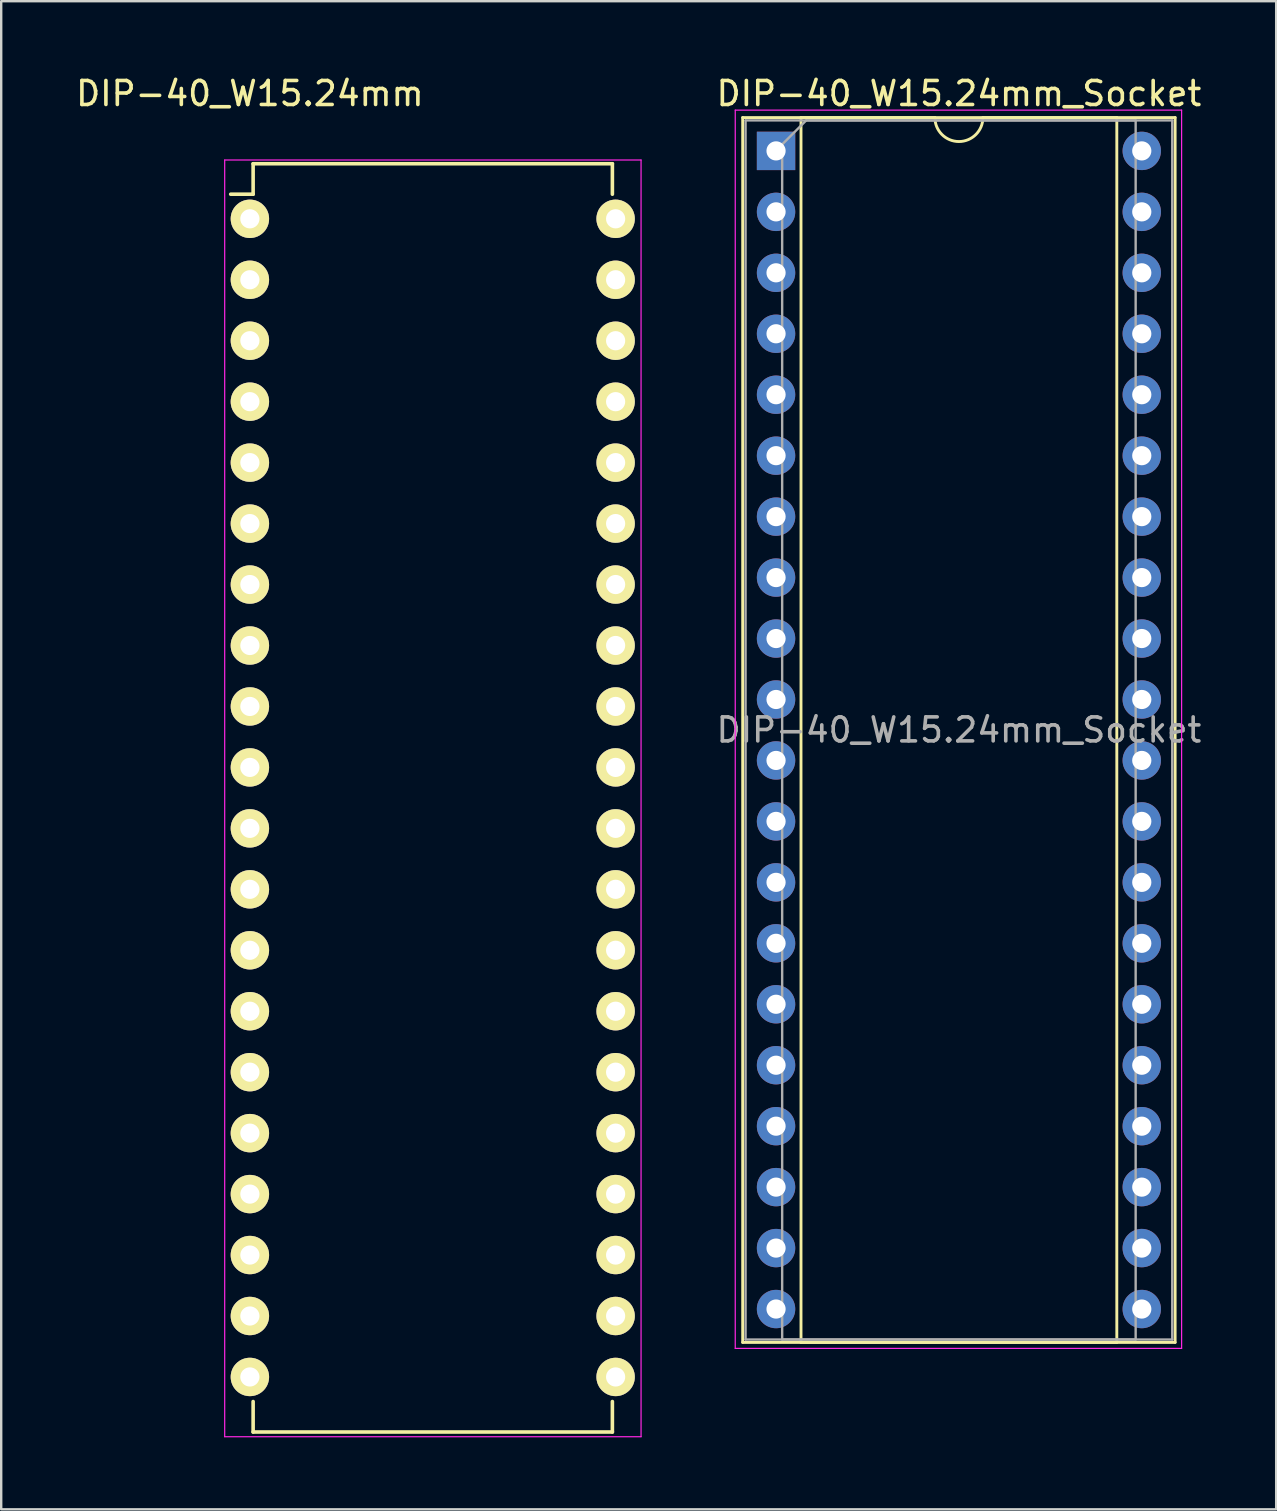
<source format=kicad_pcb>
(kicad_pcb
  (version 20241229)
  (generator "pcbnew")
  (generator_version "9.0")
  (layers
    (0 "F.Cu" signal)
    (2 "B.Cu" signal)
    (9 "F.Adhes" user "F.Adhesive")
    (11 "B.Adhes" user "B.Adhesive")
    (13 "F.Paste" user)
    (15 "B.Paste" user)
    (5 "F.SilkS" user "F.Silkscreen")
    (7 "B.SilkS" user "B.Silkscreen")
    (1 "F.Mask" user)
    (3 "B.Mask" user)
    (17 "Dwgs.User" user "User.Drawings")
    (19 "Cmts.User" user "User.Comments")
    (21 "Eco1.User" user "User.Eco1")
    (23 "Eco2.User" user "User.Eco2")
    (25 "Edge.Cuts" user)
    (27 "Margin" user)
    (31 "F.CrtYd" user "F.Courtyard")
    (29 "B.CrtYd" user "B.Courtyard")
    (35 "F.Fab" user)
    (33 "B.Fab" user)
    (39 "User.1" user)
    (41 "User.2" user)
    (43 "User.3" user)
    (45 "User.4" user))
  (footprint "DIP-40_W15.24mm"
    (layer "F.Cu")
    (at 7.363 6.068)
    (property "Reference" "DIP-40_W15.24mm" (at 0 -5.22 0) (layer "F.SilkS") (effects (font (size 1 1) (thickness 0.15))))
    (attr through_hole)
    (fp_line (start 0.135 -2.295) (end 0.135 -1.025) (stroke (width 0.15) (type solid)) (layer "F.SilkS"))
    (fp_line (start 0.135 -2.295) (end 15.105 -2.295) (stroke (width 0.15) (type solid)) (layer "F.SilkS"))
    (fp_line (start 0.135 -1.025) (end -0.8 -1.025) (stroke (width 0.15) (type solid)) (layer "F.SilkS"))
    (fp_line (start 0.135 50.555) (end 0.135 49.285) (stroke (width 0.15) (type solid)) (layer "F.SilkS"))
    (fp_line (start 0.135 50.555) (end 15.105 50.555) (stroke (width 0.15) (type solid)) (layer "F.SilkS"))
    (fp_line (start 15.105 -2.295) (end 15.105 -1.025) (stroke (width 0.15) (type solid)) (layer "F.SilkS"))
    (fp_line (start 15.105 50.555) (end 15.105 49.285) (stroke (width 0.15) (type solid)) (layer "F.SilkS"))
    (fp_line (start -1.05 -2.45) (end -1.05 50.75) (stroke (width 0.05) (type solid)) (layer "F.CrtYd"))
    (fp_line (start -1.05 -2.45) (end 16.3 -2.45) (stroke (width 0.05) (type solid)) (layer "F.CrtYd"))
    (fp_line (start -1.05 50.75) (end 16.3 50.75) (stroke (width 0.05) (type solid)) (layer "F.CrtYd"))
    (fp_line (start 16.3 -2.45) (end 16.3 50.75) (stroke (width 0.05) (type solid)) (layer "F.CrtYd"))
    (pad "1" thru_hole oval (at 0 0) (size 1.6 1.6) (drill 0.8) (layers "*.Cu" "*.Mask" "F.SilkS"))
    (pad "2" thru_hole oval (at 0 2.54) (size 1.6 1.6) (drill 0.8) (layers "*.Cu" "*.Mask" "F.SilkS"))
    (pad "3" thru_hole oval (at 0 5.08) (size 1.6 1.6) (drill 0.8) (layers "*.Cu" "*.Mask" "F.SilkS"))
    (pad "4" thru_hole oval (at 0 7.62) (size 1.6 1.6) (drill 0.8) (layers "*.Cu" "*.Mask" "F.SilkS"))
    (pad "5" thru_hole oval (at 0 10.16) (size 1.6 1.6) (drill 0.8) (layers "*.Cu" "*.Mask" "F.SilkS"))
    (pad "6" thru_hole oval (at 0 12.7) (size 1.6 1.6) (drill 0.8) (layers "*.Cu" "*.Mask" "F.SilkS"))
    (pad "7" thru_hole oval (at 0 15.24) (size 1.6 1.6) (drill 0.8) (layers "*.Cu" "*.Mask" "F.SilkS"))
    (pad "8" thru_hole oval (at 0 17.78) (size 1.6 1.6) (drill 0.8) (layers "*.Cu" "*.Mask" "F.SilkS"))
    (pad "9" thru_hole oval (at 0 20.32) (size 1.6 1.6) (drill 0.8) (layers "*.Cu" "*.Mask" "F.SilkS"))
    (pad "10" thru_hole oval (at 0 22.86) (size 1.6 1.6) (drill 0.8) (layers "*.Cu" "*.Mask" "F.SilkS"))
    (pad "11" thru_hole oval (at 0 25.4) (size 1.6 1.6) (drill 0.8) (layers "*.Cu" "*.Mask" "F.SilkS"))
    (pad "12" thru_hole oval (at 0 27.94) (size 1.6 1.6) (drill 0.8) (layers "*.Cu" "*.Mask" "F.SilkS"))
    (pad "13" thru_hole oval (at 0 30.48) (size 1.6 1.6) (drill 0.8) (layers "*.Cu" "*.Mask" "F.SilkS"))
    (pad "14" thru_hole oval (at 0 33.02) (size 1.6 1.6) (drill 0.8) (layers "*.Cu" "*.Mask" "F.SilkS"))
    (pad "15" thru_hole oval (at 0 35.56) (size 1.6 1.6) (drill 0.8) (layers "*.Cu" "*.Mask" "F.SilkS"))
    (pad "16" thru_hole oval (at 0 38.1) (size 1.6 1.6) (drill 0.8) (layers "*.Cu" "*.Mask" "F.SilkS"))
    (pad "17" thru_hole oval (at 0 40.64) (size 1.6 1.6) (drill 0.8) (layers "*.Cu" "*.Mask" "F.SilkS"))
    (pad "18" thru_hole oval (at 0 43.18) (size 1.6 1.6) (drill 0.8) (layers "*.Cu" "*.Mask" "F.SilkS"))
    (pad "19" thru_hole oval (at 0 45.72) (size 1.6 1.6) (drill 0.8) (layers "*.Cu" "*.Mask" "F.SilkS"))
    (pad "20" thru_hole oval (at 0 48.26) (size 1.6 1.6) (drill 0.8) (layers "*.Cu" "*.Mask" "F.SilkS"))
    (pad "21" thru_hole oval (at 15.24 48.26) (size 1.6 1.6) (drill 0.8) (layers "*.Cu" "*.Mask" "F.SilkS"))
    (pad "22" thru_hole oval (at 15.24 45.72) (size 1.6 1.6) (drill 0.8) (layers "*.Cu" "*.Mask" "F.SilkS"))
    (pad "23" thru_hole oval (at 15.24 43.18) (size 1.6 1.6) (drill 0.8) (layers "*.Cu" "*.Mask" "F.SilkS"))
    (pad "24" thru_hole oval (at 15.24 40.64) (size 1.6 1.6) (drill 0.8) (layers "*.Cu" "*.Mask" "F.SilkS"))
    (pad "25" thru_hole oval (at 15.24 38.1) (size 1.6 1.6) (drill 0.8) (layers "*.Cu" "*.Mask" "F.SilkS"))
    (pad "26" thru_hole oval (at 15.24 35.56) (size 1.6 1.6) (drill 0.8) (layers "*.Cu" "*.Mask" "F.SilkS"))
    (pad "27" thru_hole oval (at 15.24 33.02) (size 1.6 1.6) (drill 0.8) (layers "*.Cu" "*.Mask" "F.SilkS"))
    (pad "28" thru_hole oval (at 15.24 30.48) (size 1.6 1.6) (drill 0.8) (layers "*.Cu" "*.Mask" "F.SilkS"))
    (pad "29" thru_hole oval (at 15.24 27.94) (size 1.6 1.6) (drill 0.8) (layers "*.Cu" "*.Mask" "F.SilkS"))
    (pad "30" thru_hole oval (at 15.24 25.4) (size 1.6 1.6) (drill 0.8) (layers "*.Cu" "*.Mask" "F.SilkS"))
    (pad "31" thru_hole oval (at 15.24 22.86) (size 1.6 1.6) (drill 0.8) (layers "*.Cu" "*.Mask" "F.SilkS"))
    (pad "32" thru_hole oval (at 15.24 20.32) (size 1.6 1.6) (drill 0.8) (layers "*.Cu" "*.Mask" "F.SilkS"))
    (pad "33" thru_hole oval (at 15.24 17.78) (size 1.6 1.6) (drill 0.8) (layers "*.Cu" "*.Mask" "F.SilkS"))
    (pad "34" thru_hole oval (at 15.24 15.24) (size 1.6 1.6) (drill 0.8) (layers "*.Cu" "*.Mask" "F.SilkS"))
    (pad "35" thru_hole oval (at 15.24 12.7) (size 1.6 1.6) (drill 0.8) (layers "*.Cu" "*.Mask" "F.SilkS"))
    (pad "36" thru_hole oval (at 15.24 10.16) (size 1.6 1.6) (drill 0.8) (layers "*.Cu" "*.Mask" "F.SilkS"))
    (pad "37" thru_hole oval (at 15.24 7.62) (size 1.6 1.6) (drill 0.8) (layers "*.Cu" "*.Mask" "F.SilkS"))
    (pad "38" thru_hole oval (at 15.24 5.08) (size 1.6 1.6) (drill 0.8) (layers "*.Cu" "*.Mask" "F.SilkS"))
    (pad "39" thru_hole oval (at 15.24 2.54) (size 1.6 1.6) (drill 0.8) (layers "*.Cu" "*.Mask" "F.SilkS"))
    (pad "40" thru_hole oval (at 15.24 0) (size 1.6 1.6) (drill 0.8) (layers "*.Cu" "*.Mask" "F.SilkS")))
  (footprint "DIP-40_W15.24mm_Socket"
    (layer "F.Cu")
    (at 29.288 3.238)
    (property "Reference" "DIP-40_W15.24mm_Socket" (at 7.62 -2.39 0) (layer "F.SilkS") (effects (font (size 1 1) (thickness 0.15))))
    (attr through_hole)
    (fp_line (start -1.39 -1.39) (end -1.39 49.65) (stroke (width 0.12) (type solid)) (layer "F.SilkS"))
    (fp_line (start -1.39 49.65) (end 16.63 49.65) (stroke (width 0.12) (type solid)) (layer "F.SilkS"))
    (fp_line (start 1.04 -1.39) (end 1.04 49.65) (stroke (width 0.12) (type solid)) (layer "F.SilkS"))
    (fp_line (start 1.04 49.65) (end 14.2 49.65) (stroke (width 0.12) (type solid)) (layer "F.SilkS"))
    (fp_line (start 6.62 -1.39) (end 1.04 -1.39) (stroke (width 0.12) (type solid)) (layer "F.SilkS"))
    (fp_line (start 14.2 -1.39) (end 8.62 -1.39) (stroke (width 0.12) (type solid)) (layer "F.SilkS"))
    (fp_line (start 14.2 49.65) (end 14.2 -1.39) (stroke (width 0.12) (type solid)) (layer "F.SilkS"))
    (fp_line (start 16.63 -1.39) (end -1.39 -1.39) (stroke (width 0.12) (type solid)) (layer "F.SilkS"))
    (fp_line (start 16.63 49.65) (end 16.63 -1.39) (stroke (width 0.12) (type solid)) (layer "F.SilkS"))
    (fp_arc (start 8.62 -1.39) (mid 7.62 -0.39) (end 6.62 -1.39) (stroke (width 0.12) (type solid)) (layer "F.SilkS"))
    (fp_line (start -1.7 -1.7) (end -1.7 49.9) (stroke (width 0.05) (type solid)) (layer "F.CrtYd"))
    (fp_line (start -1.7 49.9) (end 16.9 49.9) (stroke (width 0.05) (type solid)) (layer "F.CrtYd"))
    (fp_line (start 16.9 -1.7) (end -1.7 -1.7) (stroke (width 0.05) (type solid)) (layer "F.CrtYd"))
    (fp_line (start 16.9 49.9) (end 16.9 -1.7) (stroke (width 0.05) (type solid)) (layer "F.CrtYd"))
    (fp_line (start -1.27 -1.27) (end -1.27 49.53) (stroke (width 0.1) (type solid)) (layer "F.Fab"))
    (fp_line (start -1.27 49.53) (end 16.51 49.53) (stroke (width 0.1) (type solid)) (layer "F.Fab"))
    (fp_line (start 0.255 -0.27) (end 1.255 -1.27) (stroke (width 0.1) (type solid)) (layer "F.Fab"))
    (fp_line (start 0.255 49.53) (end 0.255 -0.27) (stroke (width 0.1) (type solid)) (layer "F.Fab"))
    (fp_line (start 1.255 -1.27) (end 14.985 -1.27) (stroke (width 0.1) (type solid)) (layer "F.Fab"))
    (fp_line (start 14.985 -1.27) (end 14.985 49.53) (stroke (width 0.1) (type solid)) (layer "F.Fab"))
    (fp_line (start 14.985 49.53) (end 0.255 49.53) (stroke (width 0.1) (type solid)) (layer "F.Fab"))
    (fp_line (start 16.51 -1.27) (end -1.27 -1.27) (stroke (width 0.1) (type solid)) (layer "F.Fab"))
    (fp_line (start 16.51 49.53) (end 16.51 -1.27) (stroke (width 0.1) (type solid)) (layer "F.Fab"))
    (fp_text user "${REFERENCE}" (at 7.62 24.13 0) (layer "F.Fab") (effects (font (size 1 1) (thickness 0.15))))
    (pad "1" thru_hole rect (at 0 0) (size 1.6 1.6) (drill 0.8) (layers "*.Cu" "*.Mask"))
    (pad "2" thru_hole oval (at 0 2.54) (size 1.6 1.6) (drill 0.8) (layers "*.Cu" "*.Mask"))
    (pad "3" thru_hole oval (at 0 5.08) (size 1.6 1.6) (drill 0.8) (layers "*.Cu" "*.Mask"))
    (pad "4" thru_hole oval (at 0 7.62) (size 1.6 1.6) (drill 0.8) (layers "*.Cu" "*.Mask"))
    (pad "5" thru_hole oval (at 0 10.16) (size 1.6 1.6) (drill 0.8) (layers "*.Cu" "*.Mask"))
    (pad "6" thru_hole oval (at 0 12.7) (size 1.6 1.6) (drill 0.8) (layers "*.Cu" "*.Mask"))
    (pad "7" thru_hole oval (at 0 15.24) (size 1.6 1.6) (drill 0.8) (layers "*.Cu" "*.Mask"))
    (pad "8" thru_hole oval (at 0 17.78) (size 1.6 1.6) (drill 0.8) (layers "*.Cu" "*.Mask"))
    (pad "9" thru_hole oval (at 0 20.32) (size 1.6 1.6) (drill 0.8) (layers "*.Cu" "*.Mask"))
    (pad "10" thru_hole oval (at 0 22.86) (size 1.6 1.6) (drill 0.8) (layers "*.Cu" "*.Mask"))
    (pad "11" thru_hole oval (at 0 25.4) (size 1.6 1.6) (drill 0.8) (layers "*.Cu" "*.Mask"))
    (pad "12" thru_hole oval (at 0 27.94) (size 1.6 1.6) (drill 0.8) (layers "*.Cu" "*.Mask"))
    (pad "13" thru_hole oval (at 0 30.48) (size 1.6 1.6) (drill 0.8) (layers "*.Cu" "*.Mask"))
    (pad "14" thru_hole oval (at 0 33.02) (size 1.6 1.6) (drill 0.8) (layers "*.Cu" "*.Mask"))
    (pad "15" thru_hole oval (at 0 35.56) (size 1.6 1.6) (drill 0.8) (layers "*.Cu" "*.Mask"))
    (pad "16" thru_hole oval (at 0 38.1) (size 1.6 1.6) (drill 0.8) (layers "*.Cu" "*.Mask"))
    (pad "17" thru_hole oval (at 0 40.64) (size 1.6 1.6) (drill 0.8) (layers "*.Cu" "*.Mask"))
    (pad "18" thru_hole oval (at 0 43.18) (size 1.6 1.6) (drill 0.8) (layers "*.Cu" "*.Mask"))
    (pad "19" thru_hole oval (at 0 45.72) (size 1.6 1.6) (drill 0.8) (layers "*.Cu" "*.Mask"))
    (pad "20" thru_hole oval (at 0 48.26) (size 1.6 1.6) (drill 0.8) (layers "*.Cu" "*.Mask"))
    (pad "21" thru_hole oval (at 15.24 48.26) (size 1.6 1.6) (drill 0.8) (layers "*.Cu" "*.Mask"))
    (pad "22" thru_hole oval (at 15.24 45.72) (size 1.6 1.6) (drill 0.8) (layers "*.Cu" "*.Mask"))
    (pad "23" thru_hole oval (at 15.24 43.18) (size 1.6 1.6) (drill 0.8) (layers "*.Cu" "*.Mask"))
    (pad "24" thru_hole oval (at 15.24 40.64) (size 1.6 1.6) (drill 0.8) (layers "*.Cu" "*.Mask"))
    (pad "25" thru_hole oval (at 15.24 38.1) (size 1.6 1.6) (drill 0.8) (layers "*.Cu" "*.Mask"))
    (pad "26" thru_hole oval (at 15.24 35.56) (size 1.6 1.6) (drill 0.8) (layers "*.Cu" "*.Mask"))
    (pad "27" thru_hole oval (at 15.24 33.02) (size 1.6 1.6) (drill 0.8) (layers "*.Cu" "*.Mask"))
    (pad "28" thru_hole oval (at 15.24 30.48) (size 1.6 1.6) (drill 0.8) (layers "*.Cu" "*.Mask"))
    (pad "29" thru_hole oval (at 15.24 27.94) (size 1.6 1.6) (drill 0.8) (layers "*.Cu" "*.Mask"))
    (pad "30" thru_hole oval (at 15.24 25.4) (size 1.6 1.6) (drill 0.8) (layers "*.Cu" "*.Mask"))
    (pad "31" thru_hole oval (at 15.24 22.86) (size 1.6 1.6) (drill 0.8) (layers "*.Cu" "*.Mask"))
    (pad "32" thru_hole oval (at 15.24 20.32) (size 1.6 1.6) (drill 0.8) (layers "*.Cu" "*.Mask"))
    (pad "33" thru_hole oval (at 15.24 17.78) (size 1.6 1.6) (drill 0.8) (layers "*.Cu" "*.Mask"))
    (pad "34" thru_hole oval (at 15.24 15.24) (size 1.6 1.6) (drill 0.8) (layers "*.Cu" "*.Mask"))
    (pad "35" thru_hole oval (at 15.24 12.7) (size 1.6 1.6) (drill 0.8) (layers "*.Cu" "*.Mask"))
    (pad "36" thru_hole oval (at 15.24 10.16) (size 1.6 1.6) (drill 0.8) (layers "*.Cu" "*.Mask"))
    (pad "37" thru_hole oval (at 15.24 7.62) (size 1.6 1.6) (drill 0.8) (layers "*.Cu" "*.Mask"))
    (pad "38" thru_hole oval (at 15.24 5.08) (size 1.6 1.6) (drill 0.8) (layers "*.Cu" "*.Mask"))
    (pad "39" thru_hole oval (at 15.24 2.54) (size 1.6 1.6) (drill 0.8) (layers "*.Cu" "*.Mask"))
    (pad "40" thru_hole oval (at 15.24 0) (size 1.6 1.6) (drill 0.8) (layers "*.Cu" "*.Mask")))
  (gr_rect
    (start -3 -3)
    (end 50.129 59.843)
    (stroke (width 0.1) (type default))
    (fill no)
    (layer "Edge.Cuts")))
</source>
